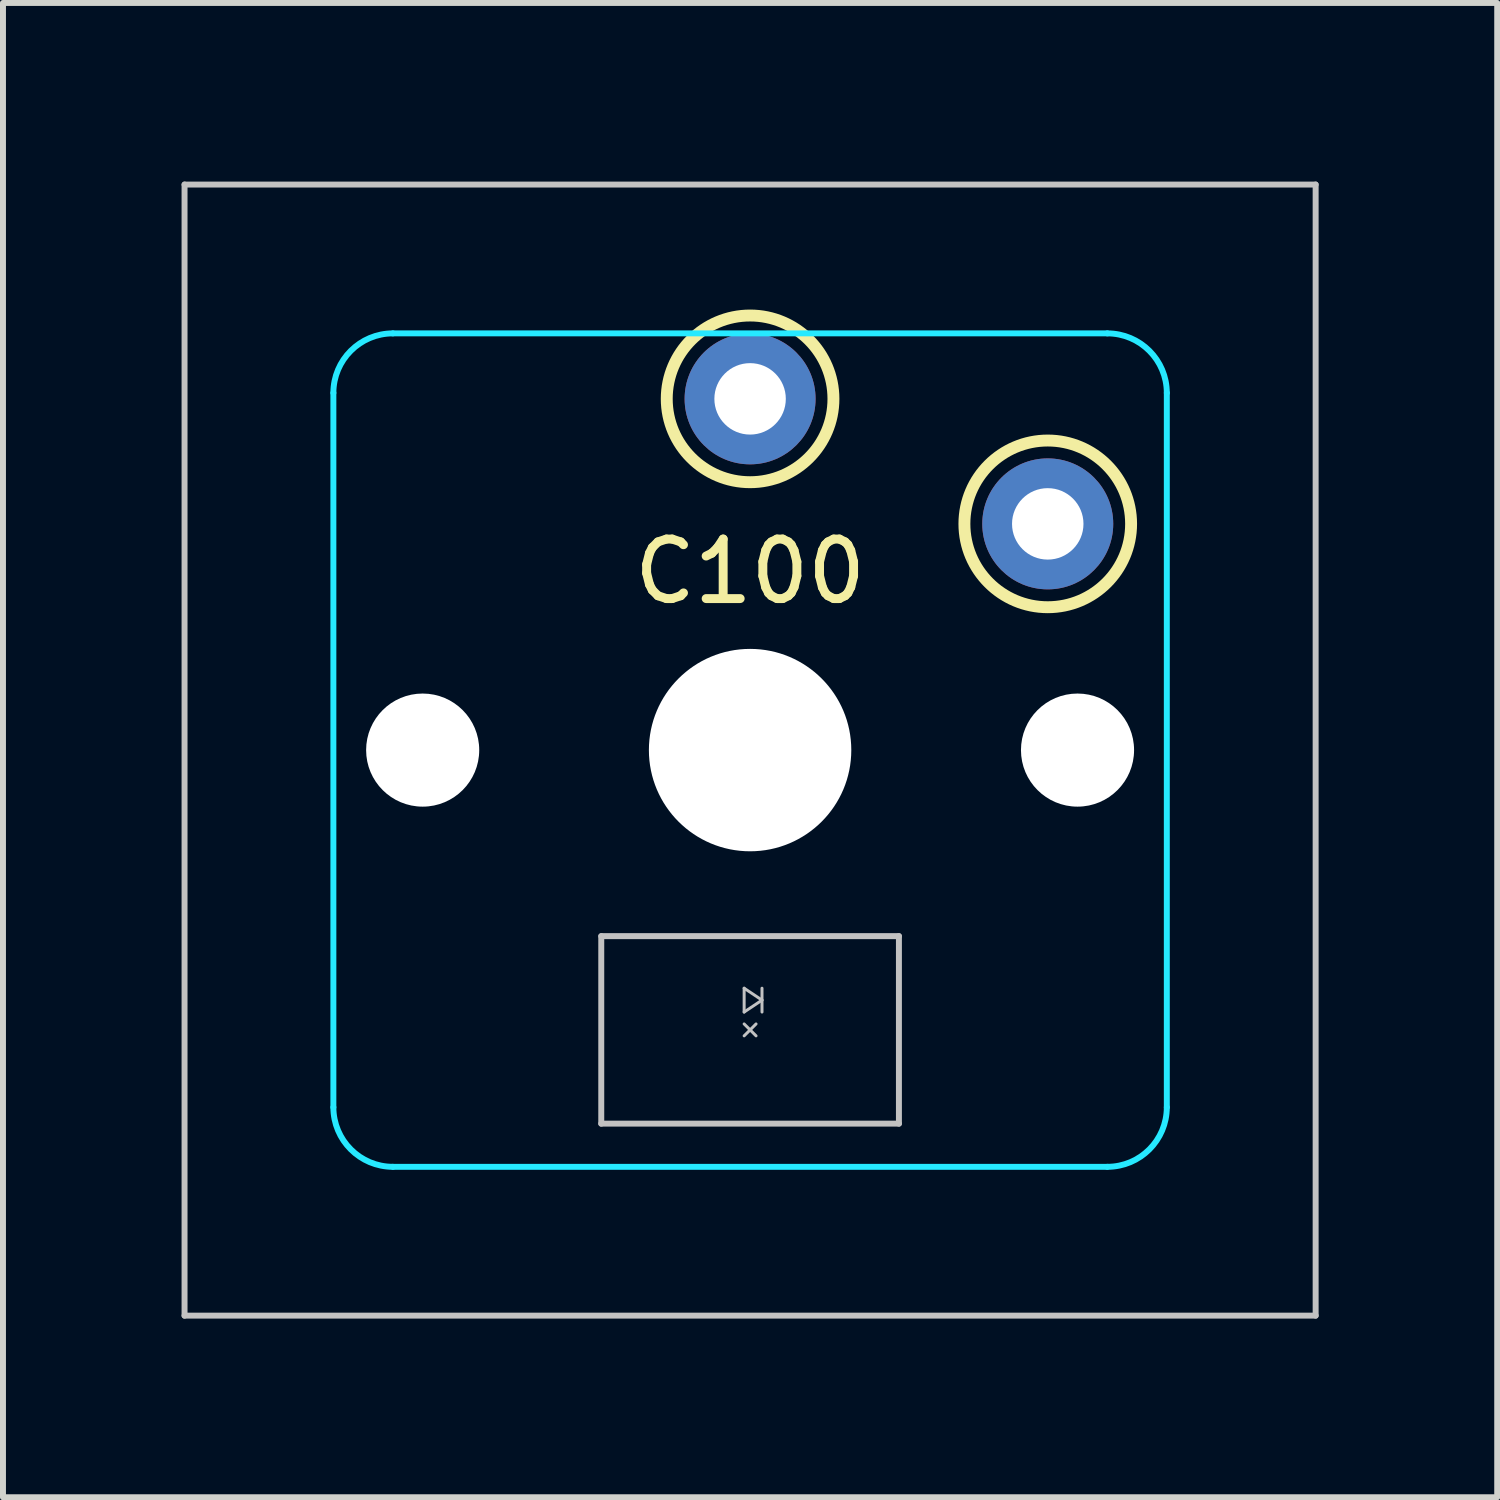
<source format=kicad_pcb>
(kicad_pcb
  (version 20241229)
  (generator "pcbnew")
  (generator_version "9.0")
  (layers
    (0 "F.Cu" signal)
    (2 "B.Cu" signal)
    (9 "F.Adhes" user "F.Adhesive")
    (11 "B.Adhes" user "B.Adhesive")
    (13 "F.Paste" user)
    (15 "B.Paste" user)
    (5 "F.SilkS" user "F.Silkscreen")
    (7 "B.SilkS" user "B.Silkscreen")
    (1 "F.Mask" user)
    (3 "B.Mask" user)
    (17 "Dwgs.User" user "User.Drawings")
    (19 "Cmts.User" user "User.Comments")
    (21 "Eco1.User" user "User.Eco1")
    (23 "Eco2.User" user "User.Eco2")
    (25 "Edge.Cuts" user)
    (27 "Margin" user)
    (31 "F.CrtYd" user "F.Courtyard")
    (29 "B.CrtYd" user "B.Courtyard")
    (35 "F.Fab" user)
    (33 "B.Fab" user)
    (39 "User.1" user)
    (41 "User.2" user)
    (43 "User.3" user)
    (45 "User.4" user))
  (footprint "C100"
    (layer "F.Cu")
    (at 9.55 9.55)
    (property "Reference" "C100" (at 0 -3 0) (layer "F.SilkS") (effects (font (size 1 1) (thickness 0.15))))
    (attr through_hole)
    (fp_circle (center 0 -5.9) (end 1.4 -5.9) (stroke (width 0.2) (type solid)) (fill no) (layer "F.SilkS"))
    (fp_circle (center 5 -3.8) (end 6.4 -3.8) (stroke (width 0.2) (type solid)) (fill no) (layer "F.SilkS"))
    (fp_line (start -9.5 9.5) (end -9.5 -9.5) (stroke (width 0.1) (type solid)) (layer "Dwgs.User"))
    (fp_line (start -9.5 9.5) (end 9.5 9.5) (stroke (width 0.1) (type solid)) (layer "Dwgs.User"))
    (fp_line (start -2.5 3.125) (end 2.5 3.125) (stroke (width 0.1) (type solid)) (layer "Dwgs.User"))
    (fp_line (start -2.5 6.275) (end -2.5 3.125) (stroke (width 0.1) (type solid)) (layer "Dwgs.User"))
    (fp_line (start -0.1 4) (end -0.1 4.4) (stroke (width 0.05) (type solid)) (layer "Dwgs.User"))
    (fp_line (start -0.1 4.4) (end 0.2 4.2) (stroke (width 0.05) (type solid)) (layer "Dwgs.User"))
    (fp_line (start -0.1 4.6) (end 0.1 4.8) (stroke (width 0.05) (type solid)) (layer "Dwgs.User"))
    (fp_line (start -0.1 4.8) (end 0.1 4.6) (stroke (width 0.05) (type solid)) (layer "Dwgs.User"))
    (fp_line (start 0.2 4) (end 0.2 4.4) (stroke (width 0.05) (type solid)) (layer "Dwgs.User"))
    (fp_line (start 0.2 4.2) (end -0.1 4) (stroke (width 0.05) (type solid)) (layer "Dwgs.User"))
    (fp_line (start 2.5 3.125) (end 2.5 6.275) (stroke (width 0.1) (type solid)) (layer "Dwgs.User"))
    (fp_line (start 2.5 6.275) (end -2.5 6.275) (stroke (width 0.1) (type solid)) (layer "Dwgs.User"))
    (fp_line (start 9.5 -9.5) (end -9.5 -9.5) (stroke (width 0.1) (type solid)) (layer "Dwgs.User"))
    (fp_line (start 9.5 9.5) (end 9.5 -9.5) (stroke (width 0.1) (type solid)) (layer "Dwgs.User"))
    (fp_line (start -7 -6) (end -7 6) (stroke (width 0.1) (type solid)) (layer "B.CrtYd"))
    (fp_line (start -6 7) (end 6 7) (stroke (width 0.1) (type solid)) (layer "B.CrtYd"))
    (fp_line (start 6 -7) (end -6 -7) (stroke (width 0.1) (type solid)) (layer "B.CrtYd"))
    (fp_line (start 7 6) (end 7 -6) (stroke (width 0.1) (type solid)) (layer "B.CrtYd"))
    (fp_arc (start -7 -6) (mid -6.707107 -6.707107) (end -6 -7) (stroke (width 0.1) (type solid)) (layer "B.CrtYd"))
    (fp_arc (start -6 7) (mid -6.707107 6.707107) (end -7 6) (stroke (width 0.1) (type solid)) (layer "B.CrtYd"))
    (fp_arc (start 6 -7) (mid 6.707107 -6.707107) (end 7 -6) (stroke (width 0.1) (type solid)) (layer "B.CrtYd"))
    (fp_arc (start 7 6) (mid 6.707107 6.707107) (end 6 7) (stroke (width 0.1) (type solid)) (layer "B.CrtYd"))
    (pad "" np_thru_hole circle (at -5.5 0) (size 1.9 1.9) (drill 1.9) (layers "*.Cu" "*.Mask"))
    (pad "" np_thru_hole circle (at 0 0) (size 3.4 3.4) (drill 3.4) (layers "*.Cu" "*.Mask"))
    (pad "" np_thru_hole circle (at 5.5 0) (size 1.9 1.9) (drill 1.9) (layers "*.Cu" "*.Mask"))
    (pad "1" thru_hole circle (at 5 -3.8) (size 2.2 2.2) (drill 1.2) (layers "*.Cu" "*.Mask"))
    (pad "2" thru_hole circle (at 0 -5.9) (size 2.2 2.2) (drill 1.2) (layers "*.Cu" "*.Mask")))
  (gr_rect
    (start -3 -3)
    (end 22.1 22.1)
    (stroke (width 0.1) (type default))
    (fill no)
    (layer "Edge.Cuts")))
</source>
